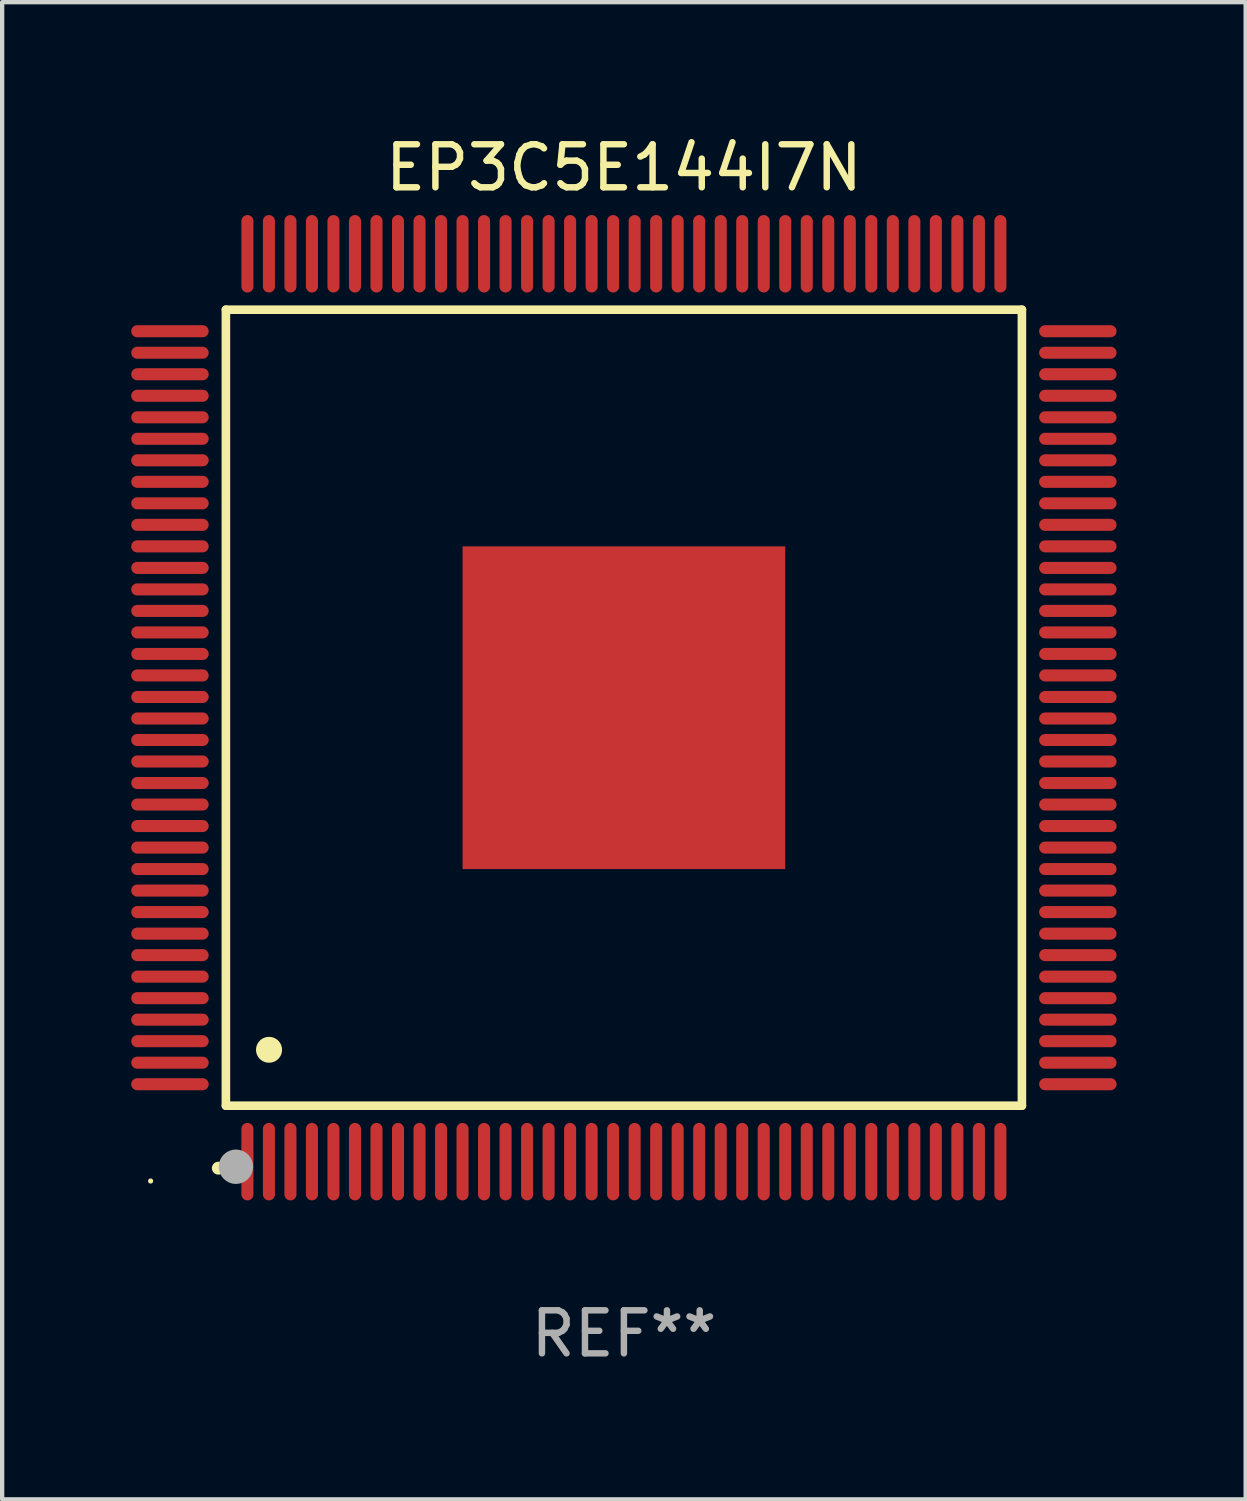
<source format=kicad_pcb>
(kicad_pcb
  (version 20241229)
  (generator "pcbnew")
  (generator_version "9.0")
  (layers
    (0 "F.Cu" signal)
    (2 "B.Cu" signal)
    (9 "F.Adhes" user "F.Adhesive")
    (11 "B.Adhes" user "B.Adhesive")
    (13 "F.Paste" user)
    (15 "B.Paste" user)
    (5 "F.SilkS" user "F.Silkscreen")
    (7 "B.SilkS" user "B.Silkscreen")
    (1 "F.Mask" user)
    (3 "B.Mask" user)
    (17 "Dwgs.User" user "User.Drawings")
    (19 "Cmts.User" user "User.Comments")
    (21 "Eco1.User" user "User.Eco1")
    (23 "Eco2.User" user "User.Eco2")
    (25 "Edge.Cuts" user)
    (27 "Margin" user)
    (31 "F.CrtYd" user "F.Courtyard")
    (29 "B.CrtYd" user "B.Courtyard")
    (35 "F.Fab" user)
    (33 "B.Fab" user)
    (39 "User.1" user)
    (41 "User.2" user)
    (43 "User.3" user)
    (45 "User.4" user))
  (footprint "EP3C5E144I7N"
    (layer "F.Cu")
    (at 11.45 13.398)
    (property "Reference" "EP3C5E144I7N" (at 0 -12.55 0) (layer "F.SilkS") (effects (font (size 1 1) (thickness 0.15))))
    (attr through_hole)
    (fp_line (start -9.25 -9.25) (end 9.25 -9.25) (stroke (width 0.2) (type solid)) (layer "F.SilkS"))
    (fp_line (start -9.25 9.25) (end -9.25 -9.25) (stroke (width 0.2) (type solid)) (layer "F.SilkS"))
    (fp_line (start 9.25 -9.25) (end 9.25 9.25) (stroke (width 0.2) (type solid)) (layer "F.SilkS"))
    (fp_line (start 9.25 9.25) (end -9.25 9.25) (stroke (width 0.2) (type solid)) (layer "F.SilkS"))
    (fp_arc (start -9.425959 10.701041) (mid -9.424689 10.701036) (end -9.423419 10.701041) (stroke (width 0.3) (type solid)) (layer "F.SilkS"))
    (fp_arc (start -8.249936 7.950216) (mid -8.247396 7.950205) (end -8.244856 7.950216) (stroke (width 0.6) (type solid)) (layer "F.SilkS"))
    (fp_circle (center -11 11) (end -10.97 11) (stroke (width 0.06) (type solid)) (fill no) (layer "F.SilkS"))
    (fp_circle (center -9.017 10.668) (end -8.817 10.668) (stroke (width 0.4) (type solid)) (fill no) (layer "F.Fab"))
    (fp_text user "REF**" (at 0 14.55 0) (layer "F.Fab") (effects (font (size 1 1) (thickness 0.15))))
    (pad "1" smd oval (at -8.75 10.55 180) (size 0.28 1.8) (layers "F.Cu" "F.Mask" "F.Paste"))
    (pad "2" smd oval (at -8.25 10.55 180) (size 0.28 1.8) (layers "F.Cu" "F.Mask" "F.Paste"))
    (pad "3" smd oval (at -7.75 10.55 180) (size 0.28 1.8) (layers "F.Cu" "F.Mask" "F.Paste"))
    (pad "4" smd oval (at -7.25 10.55 180) (size 0.28 1.8) (layers "F.Cu" "F.Mask" "F.Paste"))
    (pad "5" smd oval (at -6.75 10.55 180) (size 0.28 1.8) (layers "F.Cu" "F.Mask" "F.Paste"))
    (pad "6" smd oval (at -6.25 10.55 180) (size 0.28 1.8) (layers "F.Cu" "F.Mask" "F.Paste"))
    (pad "7" smd oval (at -5.75 10.55 180) (size 0.28 1.8) (layers "F.Cu" "F.Mask" "F.Paste"))
    (pad "8" smd oval (at -5.25 10.55 180) (size 0.28 1.8) (layers "F.Cu" "F.Mask" "F.Paste"))
    (pad "9" smd oval (at -4.75 10.55 180) (size 0.28 1.8) (layers "F.Cu" "F.Mask" "F.Paste"))
    (pad "10" smd oval (at -4.25 10.55 180) (size 0.28 1.8) (layers "F.Cu" "F.Mask" "F.Paste"))
    (pad "11" smd oval (at -3.75 10.55 180) (size 0.28 1.8) (layers "F.Cu" "F.Mask" "F.Paste"))
    (pad "12" smd oval (at -3.25 10.55 180) (size 0.28 1.8) (layers "F.Cu" "F.Mask" "F.Paste"))
    (pad "13" smd oval (at -2.75 10.55 180) (size 0.28 1.8) (layers "F.Cu" "F.Mask" "F.Paste"))
    (pad "14" smd oval (at -2.25 10.55 180) (size 0.28 1.8) (layers "F.Cu" "F.Mask" "F.Paste"))
    (pad "15" smd oval (at -1.75 10.55 180) (size 0.28 1.8) (layers "F.Cu" "F.Mask" "F.Paste"))
    (pad "16" smd oval (at -1.25 10.55 180) (size 0.28 1.8) (layers "F.Cu" "F.Mask" "F.Paste"))
    (pad "17" smd oval (at -0.75 10.55 180) (size 0.28 1.8) (layers "F.Cu" "F.Mask" "F.Paste"))
    (pad "18" smd oval (at -0.25 10.55 180) (size 0.28 1.8) (layers "F.Cu" "F.Mask" "F.Paste"))
    (pad "19" smd oval (at 0.25 10.55 180) (size 0.28 1.8) (layers "F.Cu" "F.Mask" "F.Paste"))
    (pad "20" smd oval (at 0.75 10.55 180) (size 0.28 1.8) (layers "F.Cu" "F.Mask" "F.Paste"))
    (pad "21" smd oval (at 1.25 10.55 180) (size 0.28 1.8) (layers "F.Cu" "F.Mask" "F.Paste"))
    (pad "22" smd oval (at 1.75 10.55 180) (size 0.28 1.8) (layers "F.Cu" "F.Mask" "F.Paste"))
    (pad "23" smd oval (at 2.25 10.55 180) (size 0.28 1.8) (layers "F.Cu" "F.Mask" "F.Paste"))
    (pad "24" smd oval (at 2.75 10.55 180) (size 0.28 1.8) (layers "F.Cu" "F.Mask" "F.Paste"))
    (pad "25" smd oval (at 3.25 10.55 180) (size 0.28 1.8) (layers "F.Cu" "F.Mask" "F.Paste"))
    (pad "26" smd oval (at 3.75 10.55 180) (size 0.28 1.8) (layers "F.Cu" "F.Mask" "F.Paste"))
    (pad "27" smd oval (at 4.25 10.55 180) (size 0.28 1.8) (layers "F.Cu" "F.Mask" "F.Paste"))
    (pad "28" smd oval (at 4.75 10.55 180) (size 0.28 1.8) (layers "F.Cu" "F.Mask" "F.Paste"))
    (pad "29" smd oval (at 5.25 10.55 180) (size 0.28 1.8) (layers "F.Cu" "F.Mask" "F.Paste"))
    (pad "30" smd oval (at 5.75 10.55 180) (size 0.28 1.8) (layers "F.Cu" "F.Mask" "F.Paste"))
    (pad "31" smd oval (at 6.25 10.55 180) (size 0.28 1.8) (layers "F.Cu" "F.Mask" "F.Paste"))
    (pad "32" smd oval (at 6.75 10.55 180) (size 0.28 1.8) (layers "F.Cu" "F.Mask" "F.Paste"))
    (pad "33" smd oval (at 7.25 10.55 180) (size 0.28 1.8) (layers "F.Cu" "F.Mask" "F.Paste"))
    (pad "34" smd oval (at 7.75 10.55 180) (size 0.28 1.8) (layers "F.Cu" "F.Mask" "F.Paste"))
    (pad "35" smd oval (at 8.25 10.55 180) (size 0.28 1.8) (layers "F.Cu" "F.Mask" "F.Paste"))
    (pad "36" smd oval (at 8.75 10.55 180) (size 0.28 1.8) (layers "F.Cu" "F.Mask" "F.Paste"))
    (pad "37" smd oval (at 10.55 8.75 90) (size 0.28 1.8) (layers "F.Cu" "F.Mask" "F.Paste"))
    (pad "38" smd oval (at 10.55 8.25 90) (size 0.28 1.8) (layers "F.Cu" "F.Mask" "F.Paste"))
    (pad "39" smd oval (at 10.55 7.75 90) (size 0.28 1.8) (layers "F.Cu" "F.Mask" "F.Paste"))
    (pad "40" smd oval (at 10.55 7.25 90) (size 0.28 1.8) (layers "F.Cu" "F.Mask" "F.Paste"))
    (pad "41" smd oval (at 10.55 6.75 90) (size 0.28 1.8) (layers "F.Cu" "F.Mask" "F.Paste"))
    (pad "42" smd oval (at 10.55 6.25 90) (size 0.28 1.8) (layers "F.Cu" "F.Mask" "F.Paste"))
    (pad "43" smd oval (at 10.55 5.75 90) (size 0.28 1.8) (layers "F.Cu" "F.Mask" "F.Paste"))
    (pad "44" smd oval (at 10.55 5.25 90) (size 0.28 1.8) (layers "F.Cu" "F.Mask" "F.Paste"))
    (pad "45" smd oval (at 10.55 4.75 90) (size 0.28 1.8) (layers "F.Cu" "F.Mask" "F.Paste"))
    (pad "46" smd oval (at 10.55 4.25 90) (size 0.28 1.8) (layers "F.Cu" "F.Mask" "F.Paste"))
    (pad "47" smd oval (at 10.55 3.75 90) (size 0.28 1.8) (layers "F.Cu" "F.Mask" "F.Paste"))
    (pad "48" smd oval (at 10.55 3.25 90) (size 0.28 1.8) (layers "F.Cu" "F.Mask" "F.Paste"))
    (pad "49" smd oval (at 10.55 2.75 90) (size 0.28 1.8) (layers "F.Cu" "F.Mask" "F.Paste"))
    (pad "50" smd oval (at 10.55 2.25 90) (size 0.28 1.8) (layers "F.Cu" "F.Mask" "F.Paste"))
    (pad "51" smd oval (at 10.55 1.75 90) (size 0.28 1.8) (layers "F.Cu" "F.Mask" "F.Paste"))
    (pad "52" smd oval (at 10.55 1.25 90) (size 0.28 1.8) (layers "F.Cu" "F.Mask" "F.Paste"))
    (pad "53" smd oval (at 10.55 0.75 90) (size 0.28 1.8) (layers "F.Cu" "F.Mask" "F.Paste"))
    (pad "54" smd oval (at 10.55 0.25 90) (size 0.28 1.8) (layers "F.Cu" "F.Mask" "F.Paste"))
    (pad "55" smd oval (at 10.55 -0.25 90) (size 0.28 1.8) (layers "F.Cu" "F.Mask" "F.Paste"))
    (pad "56" smd oval (at 10.55 -0.75 90) (size 0.28 1.8) (layers "F.Cu" "F.Mask" "F.Paste"))
    (pad "57" smd oval (at 10.55 -1.25 90) (size 0.28 1.8) (layers "F.Cu" "F.Mask" "F.Paste"))
    (pad "58" smd oval (at 10.55 -1.75 90) (size 0.28 1.8) (layers "F.Cu" "F.Mask" "F.Paste"))
    (pad "59" smd oval (at 10.55 -2.25 90) (size 0.28 1.8) (layers "F.Cu" "F.Mask" "F.Paste"))
    (pad "60" smd oval (at 10.55 -2.75 90) (size 0.28 1.8) (layers "F.Cu" "F.Mask" "F.Paste"))
    (pad "61" smd oval (at 10.55 -3.25 90) (size 0.28 1.8) (layers "F.Cu" "F.Mask" "F.Paste"))
    (pad "62" smd oval (at 10.55 -3.75 90) (size 0.28 1.8) (layers "F.Cu" "F.Mask" "F.Paste"))
    (pad "63" smd oval (at 10.55 -4.25 90) (size 0.28 1.8) (layers "F.Cu" "F.Mask" "F.Paste"))
    (pad "64" smd oval (at 10.55 -4.75 90) (size 0.28 1.8) (layers "F.Cu" "F.Mask" "F.Paste"))
    (pad "65" smd oval (at 10.55 -5.25 90) (size 0.28 1.8) (layers "F.Cu" "F.Mask" "F.Paste"))
    (pad "66" smd oval (at 10.55 -5.75 90) (size 0.28 1.8) (layers "F.Cu" "F.Mask" "F.Paste"))
    (pad "67" smd oval (at 10.55 -6.25 90) (size 0.28 1.8) (layers "F.Cu" "F.Mask" "F.Paste"))
    (pad "68" smd oval (at 10.55 -6.75 90) (size 0.28 1.8) (layers "F.Cu" "F.Mask" "F.Paste"))
    (pad "69" smd oval (at 10.55 -7.25 90) (size 0.28 1.8) (layers "F.Cu" "F.Mask" "F.Paste"))
    (pad "70" smd oval (at 10.55 -7.75 90) (size 0.28 1.8) (layers "F.Cu" "F.Mask" "F.Paste"))
    (pad "71" smd oval (at 10.55 -8.25 90) (size 0.28 1.8) (layers "F.Cu" "F.Mask" "F.Paste"))
    (pad "72" smd oval (at 10.55 -8.75 90) (size 0.28 1.8) (layers "F.Cu" "F.Mask" "F.Paste"))
    (pad "73" smd oval (at 8.75 -10.55 180) (size 0.28 1.8) (layers "F.Cu" "F.Mask" "F.Paste"))
    (pad "74" smd oval (at 8.25 -10.55 180) (size 0.28 1.8) (layers "F.Cu" "F.Mask" "F.Paste"))
    (pad "75" smd oval (at 7.75 -10.55 180) (size 0.28 1.8) (layers "F.Cu" "F.Mask" "F.Paste"))
    (pad "76" smd oval (at 7.25 -10.55 180) (size 0.28 1.8) (layers "F.Cu" "F.Mask" "F.Paste"))
    (pad "77" smd oval (at 6.75 -10.55 180) (size 0.28 1.8) (layers "F.Cu" "F.Mask" "F.Paste"))
    (pad "78" smd oval (at 6.25 -10.55 180) (size 0.28 1.8) (layers "F.Cu" "F.Mask" "F.Paste"))
    (pad "79" smd oval (at 5.75 -10.55 180) (size 0.28 1.8) (layers "F.Cu" "F.Mask" "F.Paste"))
    (pad "80" smd oval (at 5.25 -10.55 180) (size 0.28 1.8) (layers "F.Cu" "F.Mask" "F.Paste"))
    (pad "81" smd oval (at 4.75 -10.55 180) (size 0.28 1.8) (layers "F.Cu" "F.Mask" "F.Paste"))
    (pad "82" smd oval (at 4.25 -10.55 180) (size 0.28 1.8) (layers "F.Cu" "F.Mask" "F.Paste"))
    (pad "83" smd oval (at 3.75 -10.55 180) (size 0.28 1.8) (layers "F.Cu" "F.Mask" "F.Paste"))
    (pad "84" smd oval (at 3.25 -10.55 180) (size 0.28 1.8) (layers "F.Cu" "F.Mask" "F.Paste"))
    (pad "85" smd oval (at 2.75 -10.55 180) (size 0.28 1.8) (layers "F.Cu" "F.Mask" "F.Paste"))
    (pad "86" smd oval (at 2.25 -10.55 180) (size 0.28 1.8) (layers "F.Cu" "F.Mask" "F.Paste"))
    (pad "87" smd oval (at 1.75 -10.55 180) (size 0.28 1.8) (layers "F.Cu" "F.Mask" "F.Paste"))
    (pad "88" smd oval (at 1.25 -10.55 180) (size 0.28 1.8) (layers "F.Cu" "F.Mask" "F.Paste"))
    (pad "89" smd oval (at 0.75 -10.55 180) (size 0.28 1.8) (layers "F.Cu" "F.Mask" "F.Paste"))
    (pad "90" smd oval (at 0.25 -10.55 180) (size 0.28 1.8) (layers "F.Cu" "F.Mask" "F.Paste"))
    (pad "91" smd oval (at -0.25 -10.55 180) (size 0.28 1.8) (layers "F.Cu" "F.Mask" "F.Paste"))
    (pad "92" smd oval (at -0.75 -10.55 180) (size 0.28 1.8) (layers "F.Cu" "F.Mask" "F.Paste"))
    (pad "93" smd oval (at -1.25 -10.55 180) (size 0.28 1.8) (layers "F.Cu" "F.Mask" "F.Paste"))
    (pad "94" smd oval (at -1.75 -10.55 180) (size 0.28 1.8) (layers "F.Cu" "F.Mask" "F.Paste"))
    (pad "95" smd oval (at -2.25 -10.55 180) (size 0.28 1.8) (layers "F.Cu" "F.Mask" "F.Paste"))
    (pad "96" smd oval (at -2.75 -10.55 180) (size 0.28 1.8) (layers "F.Cu" "F.Mask" "F.Paste"))
    (pad "97" smd oval (at -3.25 -10.55 180) (size 0.28 1.8) (layers "F.Cu" "F.Mask" "F.Paste"))
    (pad "98" smd oval (at -3.75 -10.55 180) (size 0.28 1.8) (layers "F.Cu" "F.Mask" "F.Paste"))
    (pad "99" smd oval (at -4.25 -10.55 180) (size 0.28 1.8) (layers "F.Cu" "F.Mask" "F.Paste"))
    (pad "100" smd oval (at -4.75 -10.55 180) (size 0.28 1.8) (layers "F.Cu" "F.Mask" "F.Paste"))
    (pad "101" smd oval (at -5.25 -10.55 180) (size 0.28 1.8) (layers "F.Cu" "F.Mask" "F.Paste"))
    (pad "102" smd oval (at -5.75 -10.55 180) (size 0.28 1.8) (layers "F.Cu" "F.Mask" "F.Paste"))
    (pad "103" smd oval (at -6.25 -10.55 180) (size 0.28 1.8) (layers "F.Cu" "F.Mask" "F.Paste"))
    (pad "104" smd oval (at -6.75 -10.55 180) (size 0.28 1.8) (layers "F.Cu" "F.Mask" "F.Paste"))
    (pad "105" smd oval (at -7.25 -10.55 180) (size 0.28 1.8) (layers "F.Cu" "F.Mask" "F.Paste"))
    (pad "106" smd oval (at -7.75 -10.55 180) (size 0.28 1.8) (layers "F.Cu" "F.Mask" "F.Paste"))
    (pad "107" smd oval (at -8.25 -10.55 180) (size 0.28 1.8) (layers "F.Cu" "F.Mask" "F.Paste"))
    (pad "108" smd oval (at -8.75 -10.55 180) (size 0.28 1.8) (layers "F.Cu" "F.Mask" "F.Paste"))
    (pad "109" smd oval (at -10.55 -8.75 90) (size 0.28 1.8) (layers "F.Cu" "F.Mask" "F.Paste"))
    (pad "110" smd oval (at -10.55 -8.25 90) (size 0.28 1.8) (layers "F.Cu" "F.Mask" "F.Paste"))
    (pad "111" smd oval (at -10.55 -7.75 90) (size 0.28 1.8) (layers "F.Cu" "F.Mask" "F.Paste"))
    (pad "112" smd oval (at -10.55 -7.25 90) (size 0.28 1.8) (layers "F.Cu" "F.Mask" "F.Paste"))
    (pad "113" smd oval (at -10.55 -6.75 90) (size 0.28 1.8) (layers "F.Cu" "F.Mask" "F.Paste"))
    (pad "114" smd oval (at -10.55 -6.25 90) (size 0.28 1.8) (layers "F.Cu" "F.Mask" "F.Paste"))
    (pad "115" smd oval (at -10.55 -5.75 90) (size 0.28 1.8) (layers "F.Cu" "F.Mask" "F.Paste"))
    (pad "116" smd oval (at -10.55 -5.25 90) (size 0.28 1.8) (layers "F.Cu" "F.Mask" "F.Paste"))
    (pad "117" smd oval (at -10.55 -4.75 90) (size 0.28 1.8) (layers "F.Cu" "F.Mask" "F.Paste"))
    (pad "118" smd oval (at -10.55 -4.25 90) (size 0.28 1.8) (layers "F.Cu" "F.Mask" "F.Paste"))
    (pad "119" smd oval (at -10.55 -3.75 90) (size 0.28 1.8) (layers "F.Cu" "F.Mask" "F.Paste"))
    (pad "120" smd oval (at -10.55 -3.25 90) (size 0.28 1.8) (layers "F.Cu" "F.Mask" "F.Paste"))
    (pad "121" smd oval (at -10.55 -2.75 90) (size 0.28 1.8) (layers "F.Cu" "F.Mask" "F.Paste"))
    (pad "122" smd oval (at -10.55 -2.25 90) (size 0.28 1.8) (layers "F.Cu" "F.Mask" "F.Paste"))
    (pad "123" smd oval (at -10.55 -1.75 90) (size 0.28 1.8) (layers "F.Cu" "F.Mask" "F.Paste"))
    (pad "124" smd oval (at -10.55 -1.25 90) (size 0.28 1.8) (layers "F.Cu" "F.Mask" "F.Paste"))
    (pad "125" smd oval (at -10.55 -0.75 90) (size 0.28 1.8) (layers "F.Cu" "F.Mask" "F.Paste"))
    (pad "126" smd oval (at -10.55 -0.25 90) (size 0.28 1.8) (layers "F.Cu" "F.Mask" "F.Paste"))
    (pad "127" smd oval (at -10.55 0.25 90) (size 0.28 1.8) (layers "F.Cu" "F.Mask" "F.Paste"))
    (pad "128" smd oval (at -10.55 0.75 90) (size 0.28 1.8) (layers "F.Cu" "F.Mask" "F.Paste"))
    (pad "129" smd oval (at -10.55 1.25 90) (size 0.28 1.8) (layers "F.Cu" "F.Mask" "F.Paste"))
    (pad "130" smd oval (at -10.55 1.75 90) (size 0.28 1.8) (layers "F.Cu" "F.Mask" "F.Paste"))
    (pad "131" smd oval (at -10.55 2.25 90) (size 0.28 1.8) (layers "F.Cu" "F.Mask" "F.Paste"))
    (pad "132" smd oval (at -10.55 2.75 90) (size 0.28 1.8) (layers "F.Cu" "F.Mask" "F.Paste"))
    (pad "133" smd oval (at -10.55 3.25 90) (size 0.28 1.8) (layers "F.Cu" "F.Mask" "F.Paste"))
    (pad "134" smd oval (at -10.55 3.75 90) (size 0.28 1.8) (layers "F.Cu" "F.Mask" "F.Paste"))
    (pad "135" smd oval (at -10.55 4.25 90) (size 0.28 1.8) (layers "F.Cu" "F.Mask" "F.Paste"))
    (pad "136" smd oval (at -10.55 4.75 90) (size 0.28 1.8) (layers "F.Cu" "F.Mask" "F.Paste"))
    (pad "137" smd oval (at -10.55 5.25 90) (size 0.28 1.8) (layers "F.Cu" "F.Mask" "F.Paste"))
    (pad "138" smd oval (at -10.55 5.75 90) (size 0.28 1.8) (layers "F.Cu" "F.Mask" "F.Paste"))
    (pad "139" smd oval (at -10.55 6.25 90) (size 0.28 1.8) (layers "F.Cu" "F.Mask" "F.Paste"))
    (pad "140" smd oval (at -10.55 6.75 90) (size 0.28 1.8) (layers "F.Cu" "F.Mask" "F.Paste"))
    (pad "141" smd oval (at -10.55 7.25 90) (size 0.28 1.8) (layers "F.Cu" "F.Mask" "F.Paste"))
    (pad "142" smd oval (at -10.55 7.75 90) (size 0.28 1.8) (layers "F.Cu" "F.Mask" "F.Paste"))
    (pad "143" smd oval (at -10.55 8.25 90) (size 0.28 1.8) (layers "F.Cu" "F.Mask" "F.Paste"))
    (pad "144" smd oval (at -10.55 8.75 90) (size 0.28 1.8) (layers "F.Cu" "F.Mask" "F.Paste"))
    (pad "145" smd rect (at 0 0 90) (size 7.5 7.5) (layers "F.Cu" "F.Mask" "F.Paste")))
  (gr_rect
    (start -3 -3)
    (end 25.9 31.796)
    (stroke (width 0.1) (type default))
    (fill no)
    (layer "Edge.Cuts")))
</source>
